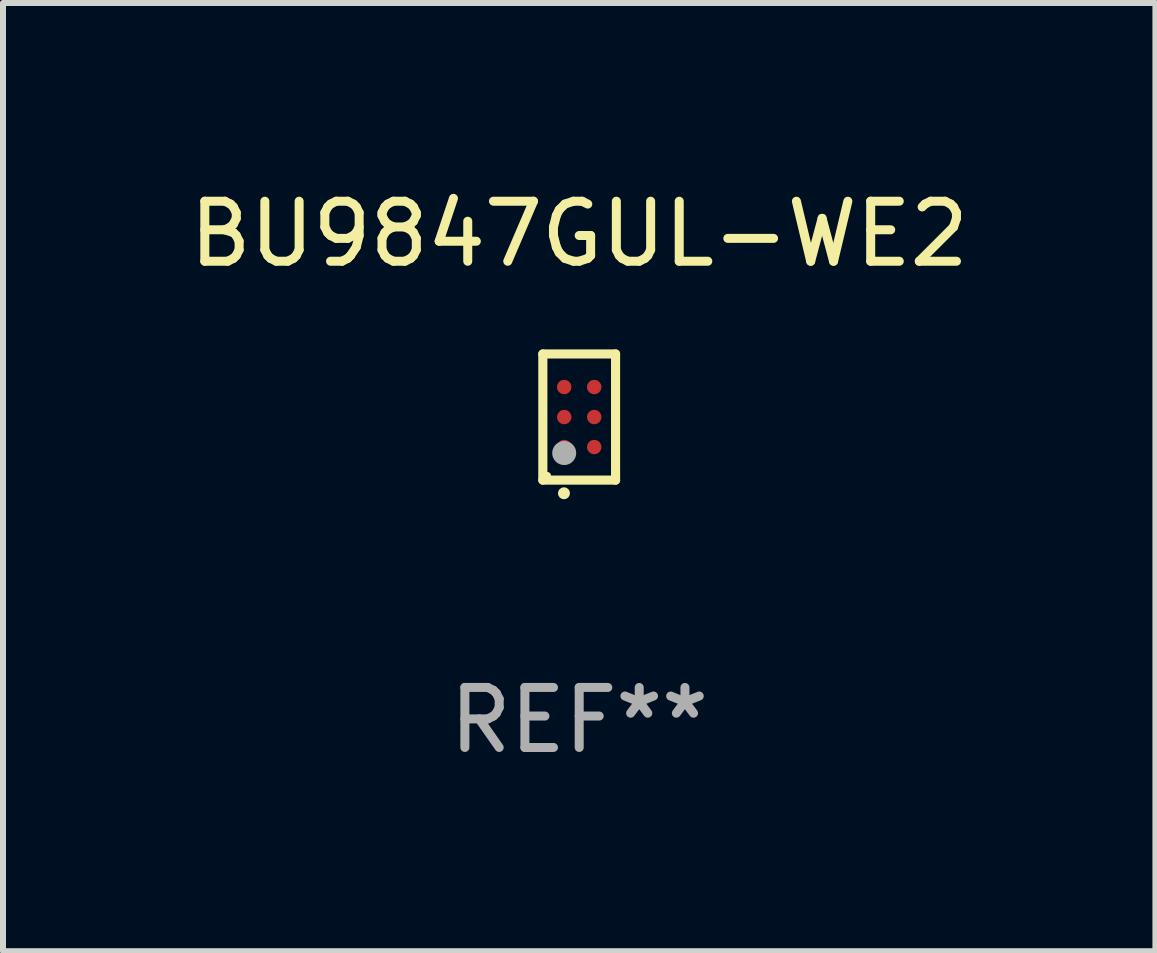
<source format=kicad_pcb>
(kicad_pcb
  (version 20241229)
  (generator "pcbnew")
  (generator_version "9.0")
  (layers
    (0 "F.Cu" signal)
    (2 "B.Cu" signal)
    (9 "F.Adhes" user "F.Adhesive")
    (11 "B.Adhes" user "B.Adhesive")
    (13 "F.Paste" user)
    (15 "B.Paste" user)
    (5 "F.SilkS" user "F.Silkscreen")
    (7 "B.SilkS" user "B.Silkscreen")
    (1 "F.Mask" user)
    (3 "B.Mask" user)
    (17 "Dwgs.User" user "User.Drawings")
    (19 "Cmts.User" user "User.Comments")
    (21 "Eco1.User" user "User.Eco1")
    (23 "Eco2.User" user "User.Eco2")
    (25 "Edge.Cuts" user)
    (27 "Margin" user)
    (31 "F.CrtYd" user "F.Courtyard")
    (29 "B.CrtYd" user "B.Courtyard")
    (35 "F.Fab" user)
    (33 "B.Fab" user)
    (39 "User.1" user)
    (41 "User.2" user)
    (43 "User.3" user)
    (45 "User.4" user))
  (footprint "BU9847GUL-WE2"
    (layer "F.Cu")
    (at 6.601 3.899)
    (property "Reference" "BU9847GUL-WE2" (at 0 -3.051 0) (layer "F.SilkS") (effects (font (size 1 1) (thickness 0.15))))
    (attr through_hole)
    (fp_line (start -0.606 -1.051) (end 0.606 -1.051) (stroke (width 0.152) (type solid)) (layer "F.SilkS"))
    (fp_line (start -0.606 1.051) (end -0.606 -1.051) (stroke (width 0.152) (type solid)) (layer "F.SilkS"))
    (fp_line (start 0.606 -1.051) (end 0.606 1.051) (stroke (width 0.152) (type solid)) (layer "F.SilkS"))
    (fp_line (start 0.606 1.051) (end -0.606 1.051) (stroke (width 0.152) (type solid)) (layer "F.SilkS"))
    (fp_circle (center -0.53 0.975) (end -0.5 0.975) (stroke (width 0.06) (type solid)) (fill no) (layer "F.SilkS"))
    (fp_circle (center -0.254 1.27) (end -0.204 1.27) (stroke (width 0.1) (type solid)) (fill no) (layer "F.SilkS"))
    (fp_circle (center -0.25 0.6) (end -0.15 0.6) (stroke (width 0.2) (type solid)) (fill no) (layer "F.Fab"))
    (fp_text user "REF**" (at 0 5.051 0) (layer "F.Fab") (effects (font (size 1 1) (thickness 0.15))))
    (pad "A1" smd circle (at -0.25 0.5) (size 0.24 0.24) (layers "F.Cu" "F.Mask" "F.Paste"))
    (pad "A2" smd circle (at -0.25 0) (size 0.24 0.24) (layers "F.Cu" "F.Mask" "F.Paste"))
    (pad "A3" smd circle (at -0.25 -0.5) (size 0.24 0.24) (layers "F.Cu" "F.Mask" "F.Paste"))
    (pad "B1" smd circle (at 0.25 0.5) (size 0.24 0.24) (layers "F.Cu" "F.Mask" "F.Paste"))
    (pad "B2" smd circle (at 0.25 0) (size 0.24 0.24) (layers "F.Cu" "F.Mask" "F.Paste"))
    (pad "B3" smd circle (at 0.25 -0.5) (size 0.24 0.24) (layers "F.Cu" "F.Mask" "F.Paste")))
  (gr_rect
    (start -3 -3)
    (end 16.202 12.799)
    (stroke (width 0.1) (type default))
    (fill no)
    (layer "Edge.Cuts")))
</source>
